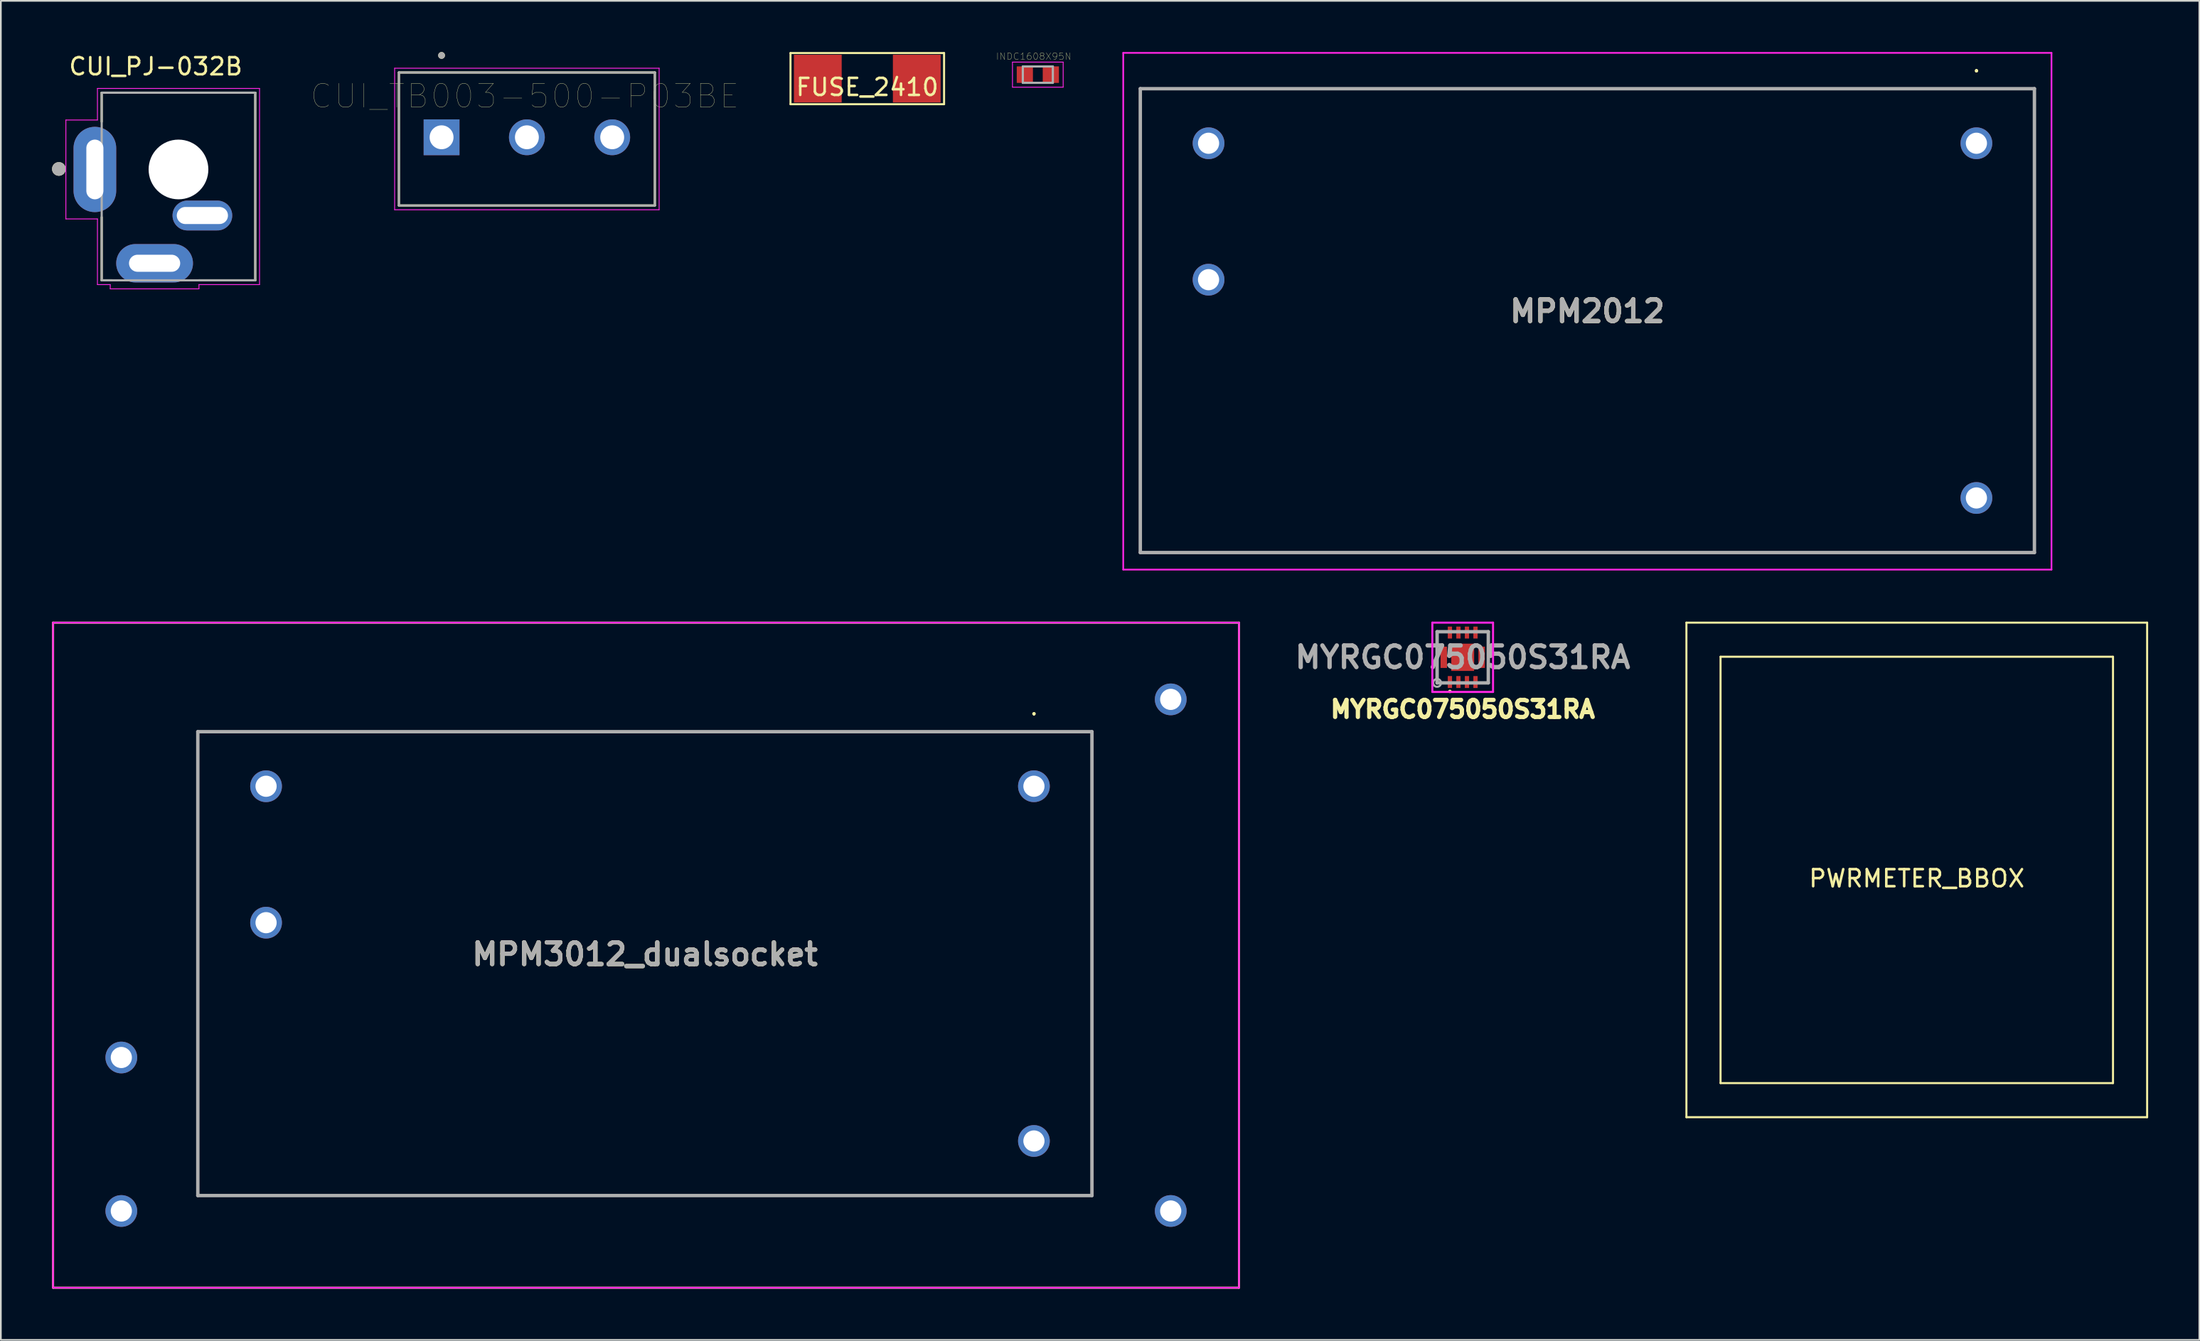
<source format=kicad_pcb>
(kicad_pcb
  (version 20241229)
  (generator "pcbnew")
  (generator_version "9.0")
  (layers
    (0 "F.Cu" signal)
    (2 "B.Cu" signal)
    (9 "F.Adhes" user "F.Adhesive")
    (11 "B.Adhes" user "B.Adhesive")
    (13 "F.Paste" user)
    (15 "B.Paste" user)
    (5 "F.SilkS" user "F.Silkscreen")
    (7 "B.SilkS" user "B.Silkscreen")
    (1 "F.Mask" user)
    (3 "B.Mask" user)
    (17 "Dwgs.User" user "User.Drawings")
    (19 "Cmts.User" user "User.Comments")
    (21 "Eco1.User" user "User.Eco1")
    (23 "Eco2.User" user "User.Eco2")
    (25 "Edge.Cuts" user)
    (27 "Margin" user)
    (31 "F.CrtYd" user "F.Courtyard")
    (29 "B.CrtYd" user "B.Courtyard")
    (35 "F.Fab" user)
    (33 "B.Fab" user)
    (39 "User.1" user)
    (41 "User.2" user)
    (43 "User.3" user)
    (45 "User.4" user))
  (footprint "FUSE_2410"
    (layer "F.Cu")
    (at 47.777 1.56)
    (property "Reference" "FUSE_2410" (at 0 0.5 0) (layer "F.SilkS") (effects (font (size 1 1) (thickness 0.15))))
    (attr through_hole)
    (fp_line (start -4.5 -1.5) (end 4.5 -1.5) (stroke (width 0.12) (type solid)) (layer "F.SilkS"))
    (fp_line (start -4.5 1.5) (end -4.5 -1.5) (stroke (width 0.12) (type solid)) (layer "F.SilkS"))
    (fp_line (start 4.5 -1.5) (end 4.5 1.5) (stroke (width 0.12) (type solid)) (layer "F.SilkS"))
    (fp_line (start 4.5 1.5) (end -4.5 1.5) (stroke (width 0.12) (type solid)) (layer "F.SilkS"))
    (pad "1" smd rect (at -2.9 0) (size 2.8 2.8) (layers "F.Cu" "F.Mask" "F.Paste"))
    (pad "2" smd rect (at 2.9 0) (size 2.8 2.8) (layers "F.Cu" "F.Mask" "F.Paste")))
  (footprint "PWRMETER_BBOX"
    (layer "F.Cu")
    (at 109.282 47.96)
    (property "Reference" "PWRMETER_BBOX" (at 0 0.5 0) (layer "F.SilkS") (effects (font (size 1 1) (thickness 0.15))))
    (attr through_hole)
    (fp_line (start -13.5 -14.5) (end 13.5 -14.5) (stroke (width 0.12) (type solid)) (layer "F.SilkS"))
    (fp_line (start -13.5 14.5) (end -13.5 -14.5) (stroke (width 0.12) (type solid)) (layer "F.SilkS"))
    (fp_line (start -11.5 -12.5) (end -11.5 12.5) (stroke (width 0.12) (type solid)) (layer "F.SilkS"))
    (fp_line (start -11.5 12.5) (end 11.5 12.5) (stroke (width 0.12) (type solid)) (layer "F.SilkS"))
    (fp_line (start 11.5 -12.5) (end -11.5 -12.5) (stroke (width 0.12) (type solid)) (layer "F.SilkS"))
    (fp_line (start 11.5 12.5) (end 11.5 -12.5) (stroke (width 0.12) (type solid)) (layer "F.SilkS"))
    (fp_line (start 13.5 -14.5) (end 13.5 14.5) (stroke (width 0.12) (type solid)) (layer "F.SilkS"))
    (fp_line (start 13.5 14.5) (end -13.5 14.5) (stroke (width 0.12) (type solid)) (layer "F.SilkS")))
  (footprint "INDC1608X95N"
    (layer "F.Cu")
    (at 57.772 1.327)
    (property "Reference" "INDC1608X95N" (at -0.24 -1.07 0) (layer "F.SilkS") (effects (font (size 0.394 0.394) (thickness 0.015))))
    (attr smd)
    (fp_line (start -1.485 -0.735) (end 1.485 -0.735) (stroke (width 0.05) (type solid)) (layer "F.CrtYd"))
    (fp_line (start -1.485 0.735) (end -1.485 -0.735) (stroke (width 0.05) (type solid)) (layer "F.CrtYd"))
    (fp_line (start -1.485 0.735) (end 1.485 0.735) (stroke (width 0.05) (type solid)) (layer "F.CrtYd"))
    (fp_line (start 1.485 0.735) (end 1.485 -0.735) (stroke (width 0.05) (type solid)) (layer "F.CrtYd"))
    (fp_line (start -0.88 0.48) (end -0.88 -0.48) (stroke (width 0.127) (type solid)) (layer "F.Fab"))
    (fp_line (start 0.88 -0.48) (end -0.88 -0.48) (stroke (width 0.127) (type solid)) (layer "F.Fab"))
    (fp_line (start 0.88 0.48) (end -0.88 0.48) (stroke (width 0.127) (type solid)) (layer "F.Fab"))
    (fp_line (start 0.88 0.48) (end 0.88 -0.48) (stroke (width 0.127) (type solid)) (layer "F.Fab"))
    (pad "1" smd rect (at -0.762 0) (size 0.95 0.97) (layers "F.Cu" "F.Mask" "F.Paste"))
    (pad "2" smd rect (at 0.762 0) (size 0.95 0.97) (layers "F.Cu" "F.Mask" "F.Paste")))
  (footprint "CUI_PJ-032B"
    (layer "F.Cu")
    (at 7.41 6.887)
    (property "Reference" "CUI_PJ-032B" (at -1.333 -6.039 0) (layer "F.SilkS") (effects (font (size 1.001 1.001) (thickness 0.15))))
    (attr through_hole)
    (fp_line (start -4.5 -4.5) (end 4.5 -4.5) (stroke (width 0.127) (type solid)) (layer "F.SilkS"))
    (fp_line (start -4.5 -2.8) (end -4.5 -4.5) (stroke (width 0.127) (type solid)) (layer "F.SilkS"))
    (fp_line (start -4.5 6.5) (end -4.5 2.8) (stroke (width 0.127) (type solid)) (layer "F.SilkS"))
    (fp_line (start -3.9 6.5) (end -4.5 6.5) (stroke (width 0.127) (type solid)) (layer "F.SilkS"))
    (fp_line (start 4.5 -4.5) (end 4.5 6.5) (stroke (width 0.127) (type solid)) (layer "F.SilkS"))
    (fp_line (start 4.5 6.5) (end 1.2 6.5) (stroke (width 0.127) (type solid)) (layer "F.SilkS"))
    (fp_circle (center -7.01 -0.03) (end -6.81 -0.03) (stroke (width 0.4) (type solid)) (fill no) (layer "F.SilkS"))
    (fp_line (start -6.6 -2.9) (end -6.6 2.9) (stroke (width 0.05) (type solid)) (layer "F.CrtYd"))
    (fp_line (start -6.6 2.9) (end -4.75 2.9) (stroke (width 0.05) (type solid)) (layer "F.CrtYd"))
    (fp_line (start -4.75 -4.75) (end 4.75 -4.75) (stroke (width 0.05) (type solid)) (layer "F.CrtYd"))
    (fp_line (start -4.75 -2.9) (end -6.6 -2.9) (stroke (width 0.05) (type solid)) (layer "F.CrtYd"))
    (fp_line (start -4.75 -2.9) (end -4.75 -4.75) (stroke (width 0.05) (type solid)) (layer "F.CrtYd"))
    (fp_line (start -4.75 6.75) (end -4.75 2.9) (stroke (width 0.05) (type solid)) (layer "F.CrtYd"))
    (fp_line (start -4 6.75) (end -4.75 6.75) (stroke (width 0.05) (type solid)) (layer "F.CrtYd"))
    (fp_line (start -4 6.75) (end -4 7) (stroke (width 0.05) (type solid)) (layer "F.CrtYd"))
    (fp_line (start -4 7) (end 1.2 7) (stroke (width 0.05) (type solid)) (layer "F.CrtYd"))
    (fp_line (start 1.2 7) (end 1.2 6.75) (stroke (width 0.05) (type solid)) (layer "F.CrtYd"))
    (fp_line (start 4.75 -4.75) (end 4.75 6.75) (stroke (width 0.05) (type solid)) (layer "F.CrtYd"))
    (fp_line (start 4.75 6.75) (end 1.2 6.75) (stroke (width 0.05) (type solid)) (layer "F.CrtYd"))
    (fp_line (start -4.5 -4.5) (end 4.5 -4.5) (stroke (width 0.127) (type solid)) (layer "F.Fab"))
    (fp_line (start -4.5 6.5) (end -4.5 -4.5) (stroke (width 0.127) (type solid)) (layer "F.Fab"))
    (fp_line (start 4.5 -4.5) (end 4.5 6.5) (stroke (width 0.127) (type solid)) (layer "F.Fab"))
    (fp_line (start 4.5 6.5) (end -4.5 6.5) (stroke (width 0.127) (type solid)) (layer "F.Fab"))
    (fp_circle (center -7.01 -0.03) (end -6.81 -0.03) (stroke (width 0.4) (type solid)) (fill no) (layer "F.Fab"))
    (pad "" np_thru_hole circle (at 0 0) (size 3.5 3.5) (drill 3.5) (layers "*.Cu" "*.Mask"))
    (pad "1" thru_hole oval (at -4.9 0) (size 2.5 5) (drill oval 1 3.5) (layers "*.Cu" "*.Mask"))
    (pad "2" thru_hole oval (at -1.4 5.5) (size 4.5 2.25) (drill oval 3 1) (layers "*.Cu" "*.Mask"))
    (pad "3" thru_hole oval (at 1.4 2.7) (size 3.5 1.75) (drill oval 3 1) (layers "*.Cu" "*.Mask")))
  (footprint "MPM2012"
    (layer "F.Cu")
    (at 90.044 15.256)
    (property "Reference" "MPM2012" (at -0.067 -0.056 0) (layer "F.SilkS") (effects (font (size 1.27 1.27) (thickness 0.254))))
    (attr through_hole)
    (fp_line (start -26.267 -13.106) (end -26.267 14.094) (stroke (width 0.1) (type solid)) (layer "F.SilkS"))
    (fp_line (start -26.267 14.094) (end 26.133 14.094) (stroke (width 0.1) (type solid)) (layer "F.SilkS"))
    (fp_line (start 22.733 -14.206) (end 22.733 -14.206) (stroke (width 0.1) (type solid)) (layer "F.SilkS"))
    (fp_line (start 22.733 -14.106) (end 22.733 -14.106) (stroke (width 0.1) (type solid)) (layer "F.SilkS"))
    (fp_line (start 22.733 -14.106) (end 22.733 -14.106) (stroke (width 0.1) (type solid)) (layer "F.SilkS"))
    (fp_line (start 26.133 -13.106) (end -26.267 -13.106) (stroke (width 0.1) (type solid)) (layer "F.SilkS"))
    (fp_line (start 26.133 14.094) (end 26.133 -13.106) (stroke (width 0.1) (type solid)) (layer "F.SilkS"))
    (fp_arc (start 22.733 -14.206) (mid 22.783 -14.156) (end 22.733 -14.106) (stroke (width 0.1) (type solid)) (layer "F.SilkS"))
    (fp_arc (start 22.733 -14.206) (mid 22.783 -14.156) (end 22.733 -14.106) (stroke (width 0.1) (type solid)) (layer "F.SilkS"))
    (fp_arc (start 22.733 -14.106) (mid 22.683 -14.156) (end 22.733 -14.206) (stroke (width 0.1) (type solid)) (layer "F.SilkS"))
    (fp_line (start -27.267 -15.206) (end -27.267 15.094) (stroke (width 0.1) (type solid)) (layer "F.CrtYd"))
    (fp_line (start -27.267 15.094) (end 27.133 15.094) (stroke (width 0.1) (type solid)) (layer "F.CrtYd"))
    (fp_line (start 27.133 -15.206) (end -27.267 -15.206) (stroke (width 0.1) (type solid)) (layer "F.CrtYd"))
    (fp_line (start 27.133 15.094) (end 27.133 -15.206) (stroke (width 0.1) (type solid)) (layer "F.CrtYd"))
    (fp_line (start -26.267 -13.106) (end 26.133 -13.106) (stroke (width 0.2) (type solid)) (layer "F.Fab"))
    (fp_line (start -26.267 14.094) (end -26.267 -13.106) (stroke (width 0.2) (type solid)) (layer "F.Fab"))
    (fp_line (start 26.133 -13.106) (end 26.133 14.094) (stroke (width 0.2) (type solid)) (layer "F.Fab"))
    (fp_line (start 26.133 14.094) (end -26.267 14.094) (stroke (width 0.2) (type solid)) (layer "F.Fab"))
    (fp_text user "${REFERENCE}" (at -0.067 -0.056 0) (layer "F.Fab") (effects (font (size 1.27 1.27) (thickness 0.254))))
    (pad "1" thru_hole circle (at 22.733 -9.906) (size 1.86 1.86) (drill 1.24) (layers "*.Cu" "*.Mask"))
    (pad "2" thru_hole circle (at 22.733 10.894) (size 1.86 1.86) (drill 1.24) (layers "*.Cu" "*.Mask"))
    (pad "3" thru_hole circle (at -22.267 -1.906) (size 1.86 1.86) (drill 1.24) (layers "*.Cu" "*.Mask"))
    (pad "4" thru_hole circle (at -22.267 -9.906) (size 1.86 1.86) (drill 1.24) (layers "*.Cu" "*.Mask")))
  (footprint "MYRGC075050S31RA"
    (layer "F.Cu")
    (at 82.671 35.492)
    (property "Reference" "MYRGC075050S31RA" (at 0 3.048 0) (layer "F.SilkS") (effects (font (size 1 1) (thickness 0.25))))
    (attr smd)
    (fp_line (start -1.5 -1.5) (end -1.5 -1) (stroke (width 0.1) (type solid)) (layer "F.SilkS"))
    (fp_line (start -1.5 1.5) (end -1.5 1) (stroke (width 0.1) (type solid)) (layer "F.SilkS"))
    (fp_line (start -1.2 -1.5) (end -1.5 -1.5) (stroke (width 0.1) (type solid)) (layer "F.SilkS"))
    (fp_line (start -1.2 1.5) (end -1.5 1.5) (stroke (width 0.1) (type solid)) (layer "F.SilkS"))
    (fp_line (start -0.8 2) (end -0.8 2) (stroke (width 0.1) (type solid)) (layer "F.SilkS"))
    (fp_line (start -0.7 2) (end -0.7 2) (stroke (width 0.1) (type solid)) (layer "F.SilkS"))
    (fp_line (start 1.2 1.5) (end 1.5 1.5) (stroke (width 0.1) (type solid)) (layer "F.SilkS"))
    (fp_line (start 1.5 -1.5) (end 1.2 -1.5) (stroke (width 0.1) (type solid)) (layer "F.SilkS"))
    (fp_line (start 1.5 -1) (end 1.5 -1.5) (stroke (width 0.1) (type solid)) (layer "F.SilkS"))
    (fp_line (start 1.5 1.5) (end 1.5 1) (stroke (width 0.1) (type solid)) (layer "F.SilkS"))
    (fp_arc (start -0.8 2) (mid -0.75 1.95) (end -0.7 2) (stroke (width 0.1) (type solid)) (layer "F.SilkS"))
    (fp_arc (start -0.7 2) (mid -0.75 2.05) (end -0.8 2) (stroke (width 0.1) (type solid)) (layer "F.SilkS"))
    (fp_line (start -1.778 -2.032) (end 1.778 -2.032) (stroke (width 0.12) (type solid)) (layer "F.CrtYd"))
    (fp_line (start -1.778 2.032) (end -1.778 -2.032) (stroke (width 0.12) (type solid)) (layer "F.CrtYd"))
    (fp_line (start 1.778 -2.032) (end 1.778 2.032) (stroke (width 0.12) (type solid)) (layer "F.CrtYd"))
    (fp_line (start 1.778 2.032) (end -1.778 2.032) (stroke (width 0.12) (type solid)) (layer "F.CrtYd"))
    (fp_line (start -1.5 -1.5) (end -1.5 1.5) (stroke (width 0.2) (type solid)) (layer "F.Fab"))
    (fp_line (start -1.5 1.5) (end 1.5 1.5) (stroke (width 0.2) (type solid)) (layer "F.Fab"))
    (fp_line (start 1.5 -1.5) (end -1.5 -1.5) (stroke (width 0.2) (type solid)) (layer "F.Fab"))
    (fp_line (start 1.5 1.5) (end 1.5 -1.5) (stroke (width 0.2) (type solid)) (layer "F.Fab"))
    (fp_circle (center -1.5 1.5) (end -1.27 1.524) (stroke (width 0.12) (type solid)) (fill no) (layer "F.Fab"))
    (fp_text user "${REFERENCE}" (at 0 0 0) (layer "F.Fab") (effects (font (size 1.27 1.27) (thickness 0.254))))
    (pad "" smd rect (at -0.385 0) (size 0.37 1.4) (layers "F.Paste"))
    (pad "" smd rect (at 0.385 0) (size 0.37 1.4) (layers "F.Paste"))
    (pad "1" smd rect (at -0.75 1.45) (size 0.25 0.7) (layers "F.Cu" "F.Mask" "F.Paste"))
    (pad "2" smd rect (at -0.25 1.45) (size 0.25 0.7) (layers "F.Cu" "F.Mask" "F.Paste"))
    (pad "3" smd rect (at 0.25 1.45) (size 0.25 0.7) (layers "F.Cu" "F.Mask" "F.Paste"))
    (pad "4" smd rect (at 0.75 1.45) (size 0.25 0.7) (layers "F.Cu" "F.Mask" "F.Paste"))
    (pad "5" smd rect (at 0.75 -1.45) (size 0.25 0.7) (layers "F.Cu" "F.Mask" "F.Paste"))
    (pad "6" smd rect (at 0.25 -1.45) (size 0.25 0.7) (layers "F.Cu" "F.Mask" "F.Paste"))
    (pad "7" smd rect (at -0.25 -1.45) (size 0.25 0.7) (layers "F.Cu" "F.Mask" "F.Paste"))
    (pad "8" smd rect (at -0.75 -1.45) (size 0.25 0.7) (layers "F.Cu" "F.Mask" "F.Paste"))
    (pad "9" smd rect (at -1.11 0) (size 0.38 1.25) (layers "F.Cu" "F.Mask" "F.Paste"))
    (pad "10" smd rect (at 1.11 0) (size 0.38 1.25) (layers "F.Cu" "F.Mask" "F.Paste"))
    (pad "11" smd rect (at 0 0) (size 1.34 1.6) (layers "F.Cu" "F.Mask")))
  (footprint "CUI_TB003-500-P03BE"
    (layer "F.Cu")
    (at 27.828 5)
    (property "Reference" "CUI_TB003-500-P03BE" (at -0.127 -2.413 0) (layer "F.SilkS") (effects (font (size 1.4 1.4) (thickness 0.015))))
    (attr through_hole)
    (fp_line (start -7.5 -3.8) (end 7.5 -3.8) (stroke (width 0.127) (type solid)) (layer "F.SilkS"))
    (fp_line (start -7.5 4) (end -7.5 -3.8) (stroke (width 0.127) (type solid)) (layer "F.SilkS"))
    (fp_line (start 7.5 -3.8) (end 7.5 4) (stroke (width 0.127) (type solid)) (layer "F.SilkS"))
    (fp_line (start 7.5 4) (end -7.5 4) (stroke (width 0.127) (type solid)) (layer "F.SilkS"))
    (fp_circle (center -5 -4.8) (end -4.9 -4.8) (stroke (width 0.2) (type solid)) (fill no) (layer "F.SilkS"))
    (fp_line (start -7.75 -4.05) (end 7.75 -4.05) (stroke (width 0.05) (type solid)) (layer "F.CrtYd"))
    (fp_line (start -7.75 4.25) (end -7.75 -4.05) (stroke (width 0.05) (type solid)) (layer "F.CrtYd"))
    (fp_line (start 7.75 -4.05) (end 7.75 4.25) (stroke (width 0.05) (type solid)) (layer "F.CrtYd"))
    (fp_line (start 7.75 4.25) (end -7.75 4.25) (stroke (width 0.05) (type solid)) (layer "F.CrtYd"))
    (fp_line (start -7.5 -3.8) (end 7.5 -3.8) (stroke (width 0.127) (type solid)) (layer "F.Fab"))
    (fp_line (start -7.5 4) (end -7.5 -3.8) (stroke (width 0.127) (type solid)) (layer "F.Fab"))
    (fp_line (start 7.5 -3.8) (end 7.5 4) (stroke (width 0.127) (type solid)) (layer "F.Fab"))
    (fp_line (start 7.5 4) (end -7.5 4) (stroke (width 0.127) (type solid)) (layer "F.Fab"))
    (fp_circle (center -5 -4.8) (end -4.9 -4.8) (stroke (width 0.2) (type solid)) (fill no) (layer "F.Fab"))
    (pad "1" thru_hole rect (at -5 0) (size 2.1 2.1) (drill 1.4) (layers "*.Cu" "*.Mask"))
    (pad "2" thru_hole circle (at 0 0) (size 2.1 2.1) (drill 1.4) (layers "*.Cu" "*.Mask"))
    (pad "3" thru_hole circle (at 5 0) (size 2.1 2.1) (drill 1.4) (layers "*.Cu" "*.Mask")))
  (footprint "MPM3012_dualsocket"
    (layer "F.Cu")
    (at 34.81 52.96)
    (property "Reference" "MPM3012_dualsocket" (at -0.067 -0.056 0) (layer "F.SilkS") (effects (font (size 1.27 1.27) (thickness 0.254))))
    (attr through_hole)
    (fp_line (start -34.75 -19.5) (end 34.75 -19.5) (stroke (width 0.12) (type solid)) (layer "F.SilkS"))
    (fp_line (start -34.75 19.5) (end -34.75 -19.5) (stroke (width 0.12) (type solid)) (layer "F.SilkS"))
    (fp_line (start -26.267 -13.106) (end -26.267 14.094) (stroke (width 0.1) (type solid)) (layer "F.SilkS"))
    (fp_line (start -26.267 14.094) (end 26.133 14.094) (stroke (width 0.1) (type solid)) (layer "F.SilkS"))
    (fp_line (start 22.733 -14.206) (end 22.733 -14.206) (stroke (width 0.1) (type solid)) (layer "F.SilkS"))
    (fp_line (start 22.733 -14.106) (end 22.733 -14.106) (stroke (width 0.1) (type solid)) (layer "F.SilkS"))
    (fp_line (start 22.733 -14.106) (end 22.733 -14.106) (stroke (width 0.1) (type solid)) (layer "F.SilkS"))
    (fp_line (start 26.133 -13.106) (end -26.267 -13.106) (stroke (width 0.1) (type solid)) (layer "F.SilkS"))
    (fp_line (start 26.133 14.094) (end 26.133 -13.106) (stroke (width 0.1) (type solid)) (layer "F.SilkS"))
    (fp_line (start 34.75 -19.5) (end 34.75 19.5) (stroke (width 0.12) (type solid)) (layer "F.SilkS"))
    (fp_line (start 34.75 19.5) (end -34.75 19.5) (stroke (width 0.12) (type solid)) (layer "F.SilkS"))
    (fp_arc (start 22.733 -14.206) (mid 22.783 -14.156) (end 22.733 -14.106) (stroke (width 0.1) (type solid)) (layer "F.SilkS"))
    (fp_arc (start 22.733 -14.206) (mid 22.783 -14.156) (end 22.733 -14.106) (stroke (width 0.1) (type solid)) (layer "F.SilkS"))
    (fp_arc (start 22.733 -14.106) (mid 22.683 -14.156) (end 22.733 -14.206) (stroke (width 0.1) (type solid)) (layer "F.SilkS"))
    (fp_line (start -34.75 -19.5) (end -34.75 19.5) (stroke (width 0.1) (type solid)) (layer "F.CrtYd"))
    (fp_line (start -34.75 19.5) (end 34.75 19.5) (stroke (width 0.1) (type solid)) (layer "F.CrtYd"))
    (fp_line (start 34.75 -19.5) (end -34.75 -19.5) (stroke (width 0.1) (type solid)) (layer "F.CrtYd"))
    (fp_line (start 34.75 19.5) (end 34.75 -19.5) (stroke (width 0.1) (type solid)) (layer "F.CrtYd"))
    (fp_line (start -26.267 -13.106) (end 26.133 -13.106) (stroke (width 0.2) (type solid)) (layer "F.Fab"))
    (fp_line (start -26.267 14.094) (end -26.267 -13.106) (stroke (width 0.2) (type solid)) (layer "F.Fab"))
    (fp_line (start 26.133 -13.106) (end 26.133 14.094) (stroke (width 0.2) (type solid)) (layer "F.Fab"))
    (fp_line (start 26.133 14.094) (end -26.267 14.094) (stroke (width 0.2) (type solid)) (layer "F.Fab"))
    (fp_text user "${REFERENCE}" (at -0.067 -0.056 0) (layer "F.Fab") (effects (font (size 1.27 1.27) (thickness 0.254))))
    (pad "1" thru_hole circle (at 22.733 -9.906) (size 1.86 1.86) (drill 1.24) (layers "*.Cu" "*.Mask"))
    (pad "1" thru_hole circle (at 30.75 -15) (size 1.86 1.86) (drill 1.24) (layers "*.Cu" "*.Mask"))
    (pad "2" thru_hole circle (at 22.733 10.894) (size 1.86 1.86) (drill 1.24) (layers "*.Cu" "*.Mask"))
    (pad "2" thru_hole circle (at 30.75 15) (size 1.86 1.86) (drill 1.24) (layers "*.Cu" "*.Mask"))
    (pad "3" thru_hole circle (at -30.75 15) (size 1.86 1.86) (drill 1.24) (layers "*.Cu" "*.Mask"))
    (pad "3" thru_hole circle (at -22.267 -1.906) (size 1.86 1.86) (drill 1.24) (layers "*.Cu" "*.Mask"))
    (pad "4" thru_hole circle (at -30.75 6) (size 1.86 1.86) (drill 1.24) (layers "*.Cu" "*.Mask"))
    (pad "4" thru_hole circle (at -22.267 -9.906) (size 1.86 1.86) (drill 1.24) (layers "*.Cu" "*.Mask")))
  (gr_rect
    (start -3 -3)
    (end 125.842 75.52)
    (stroke (width 0.1) (type default))
    (fill no)
    (layer "Edge.Cuts")))
</source>
